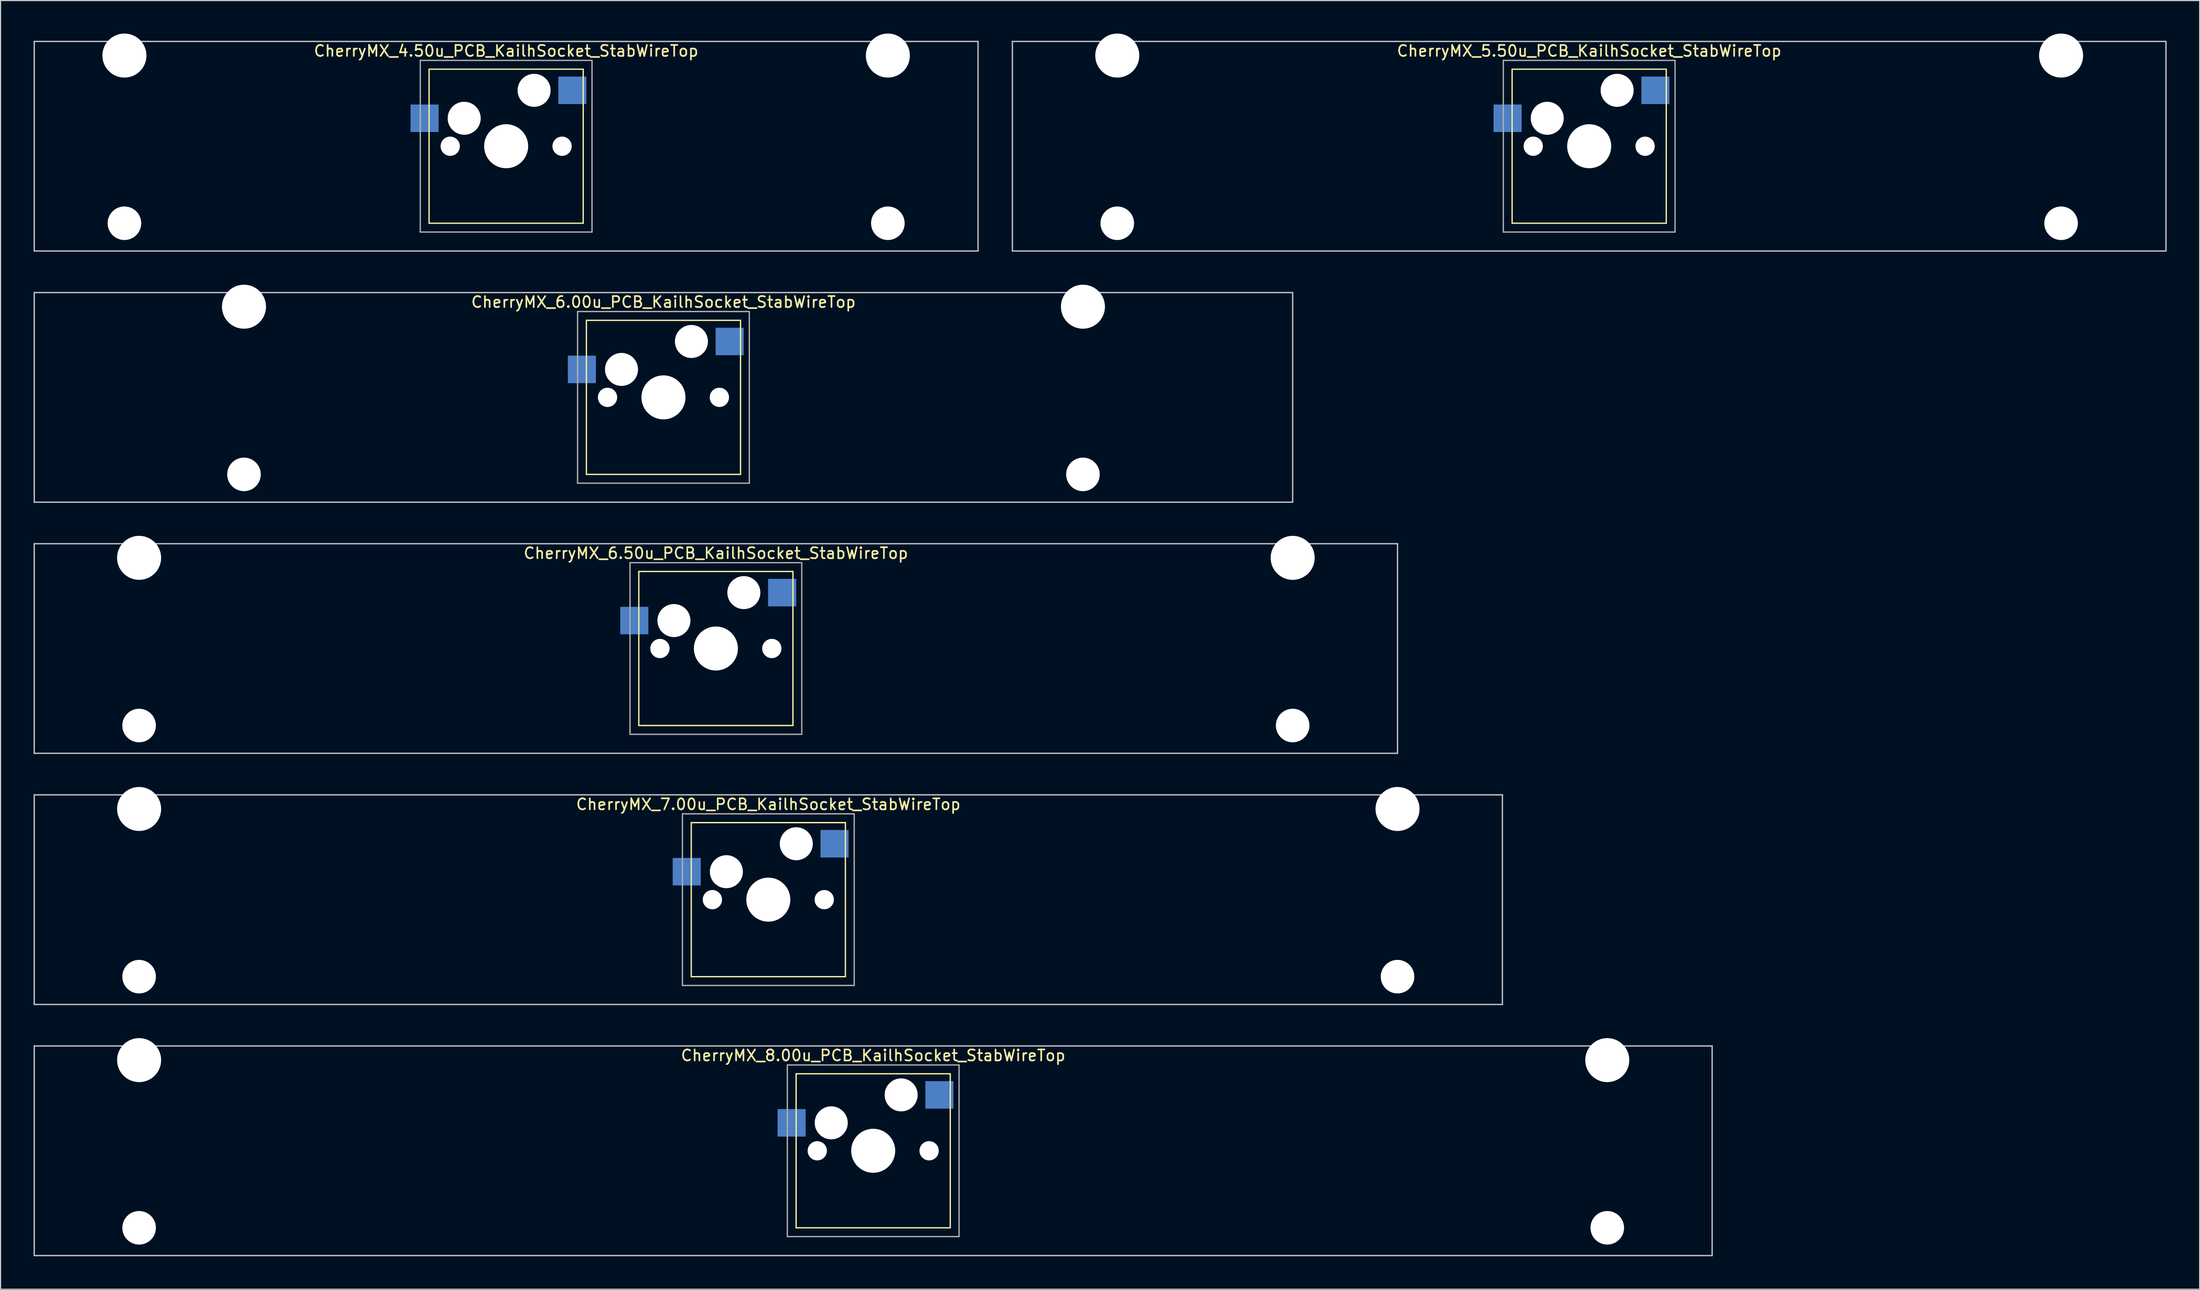
<source format=kicad_pcb>
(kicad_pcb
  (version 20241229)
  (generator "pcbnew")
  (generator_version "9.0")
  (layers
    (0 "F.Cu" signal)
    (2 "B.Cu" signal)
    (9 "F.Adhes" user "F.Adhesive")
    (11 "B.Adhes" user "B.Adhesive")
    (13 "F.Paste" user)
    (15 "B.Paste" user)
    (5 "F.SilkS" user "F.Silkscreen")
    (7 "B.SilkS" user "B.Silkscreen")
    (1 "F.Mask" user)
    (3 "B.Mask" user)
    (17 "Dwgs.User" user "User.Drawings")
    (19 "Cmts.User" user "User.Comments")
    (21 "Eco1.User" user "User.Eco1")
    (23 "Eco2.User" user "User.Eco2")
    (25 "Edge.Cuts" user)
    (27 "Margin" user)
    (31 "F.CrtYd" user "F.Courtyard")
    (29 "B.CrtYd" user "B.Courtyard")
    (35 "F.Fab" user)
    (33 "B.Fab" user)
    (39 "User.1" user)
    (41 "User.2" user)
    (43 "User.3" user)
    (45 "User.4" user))
  (footprint "CherryMX_6.50u_PCB_KailhSocket_StabWireTop"
    (layer "F.Cu")
    (at 61.972 55.89)
    (property "Reference" "CherryMX_6.50u_PCB_KailhSocket_StabWireTop" (at 0 -8.662 0) (layer "F.SilkS") (effects (font (size 1 1) (thickness 0.15))))
    (attr through_hole)
    (fp_line (start -7 -7) (end -7 7) (stroke (width 0.12) (type solid)) (layer "F.SilkS"))
    (fp_line (start -7 -7) (end 7 -7) (stroke (width 0.12) (type solid)) (layer "F.SilkS"))
    (fp_line (start 7 -7) (end 7 7) (stroke (width 0.12) (type solid)) (layer "F.SilkS"))
    (fp_line (start 7 7) (end -7 7) (stroke (width 0.12) (type solid)) (layer "F.SilkS"))
    (fp_line (start -61.913 -9.525) (end 61.913 -9.525) (stroke (width 0.12) (type solid)) (layer "Dwgs.User"))
    (fp_line (start -61.913 9.525) (end -61.913 -9.525) (stroke (width 0.12) (type solid)) (layer "Dwgs.User"))
    (fp_line (start 61.913 -9.525) (end 61.913 9.525) (stroke (width 0.12) (type solid)) (layer "Dwgs.User"))
    (fp_line (start 61.913 9.525) (end -61.913 9.525) (stroke (width 0.12) (type solid)) (layer "Dwgs.User"))
    (fp_line (start -7.8 -7.8) (end -7.8 7.8) (stroke (width 0.12) (type solid)) (layer "F.Fab"))
    (fp_line (start -7.8 -7.8) (end 7.8 -7.8) (stroke (width 0.12) (type solid)) (layer "F.Fab"))
    (fp_line (start -7.8 7.8) (end 7.8 7.8) (stroke (width 0.12) (type solid)) (layer "F.Fab"))
    (fp_line (start 7.8 -7.8) (end 7.8 7.8) (stroke (width 0.12) (type solid)) (layer "F.Fab"))
    (pad "" np_thru_hole circle (at -52.388 -8.24) (size 4 4) (drill 4) (layers "*.Cu" "*.Mask"))
    (pad "" np_thru_hole circle (at -52.388 7) (size 3.05 3.05) (drill 3.05) (layers "*.Cu" "*.Mask"))
    (pad "" np_thru_hole circle (at -5.08 0) (size 1.75 1.75) (drill 1.75) (layers "*.Cu" "*.Mask"))
    (pad "" np_thru_hole circle (at -3.81 -2.54) (size 3 3) (drill 3) (layers "*.Cu" "*.Mask"))
    (pad "" np_thru_hole circle (at 0 0) (size 4 4) (drill 4) (layers "*.Cu" "*.Mask"))
    (pad "" np_thru_hole circle (at 2.54 -5.08) (size 3 3) (drill 3) (layers "*.Cu" "*.Mask"))
    (pad "" np_thru_hole circle (at 5.08 0) (size 1.75 1.75) (drill 1.75) (layers "*.Cu" "*.Mask"))
    (pad "" np_thru_hole circle (at 52.388 -8.24) (size 4 4) (drill 4) (layers "*.Cu" "*.Mask"))
    (pad "" np_thru_hole circle (at 52.388 7) (size 3.05 3.05) (drill 3.05) (layers "*.Cu" "*.Mask"))
    (pad "1" smd rect (at -7.41 -2.54) (size 2.55 2.5) (layers "B.Cu" "B.Mask" "B.Paste"))
    (pad "2" smd rect (at 6.015 -5.08) (size 2.55 2.5) (layers "B.Cu" "B.Mask" "B.Paste")))
  (footprint "CherryMX_7.00u_PCB_KailhSocket_StabWireTop"
    (layer "F.Cu")
    (at 66.735 78.715)
    (property "Reference" "CherryMX_7.00u_PCB_KailhSocket_StabWireTop" (at 0 -8.662 0) (layer "F.SilkS") (effects (font (size 1 1) (thickness 0.15))))
    (attr through_hole)
    (fp_line (start -7 -7) (end -7 7) (stroke (width 0.12) (type solid)) (layer "F.SilkS"))
    (fp_line (start -7 -7) (end 7 -7) (stroke (width 0.12) (type solid)) (layer "F.SilkS"))
    (fp_line (start 7 -7) (end 7 7) (stroke (width 0.12) (type solid)) (layer "F.SilkS"))
    (fp_line (start 7 7) (end -7 7) (stroke (width 0.12) (type solid)) (layer "F.SilkS"))
    (fp_line (start -66.675 -9.525) (end 66.675 -9.525) (stroke (width 0.12) (type solid)) (layer "Dwgs.User"))
    (fp_line (start -66.675 9.525) (end -66.675 -9.525) (stroke (width 0.12) (type solid)) (layer "Dwgs.User"))
    (fp_line (start 66.675 -9.525) (end 66.675 9.525) (stroke (width 0.12) (type solid)) (layer "Dwgs.User"))
    (fp_line (start 66.675 9.525) (end -66.675 9.525) (stroke (width 0.12) (type solid)) (layer "Dwgs.User"))
    (fp_line (start -7.8 -7.8) (end -7.8 7.8) (stroke (width 0.12) (type solid)) (layer "F.Fab"))
    (fp_line (start -7.8 -7.8) (end 7.8 -7.8) (stroke (width 0.12) (type solid)) (layer "F.Fab"))
    (fp_line (start -7.8 7.8) (end 7.8 7.8) (stroke (width 0.12) (type solid)) (layer "F.Fab"))
    (fp_line (start 7.8 -7.8) (end 7.8 7.8) (stroke (width 0.12) (type solid)) (layer "F.Fab"))
    (pad "" np_thru_hole circle (at -57.15 -8.24) (size 4 4) (drill 4) (layers "*.Cu" "*.Mask"))
    (pad "" np_thru_hole circle (at -57.15 7) (size 3.05 3.05) (drill 3.05) (layers "*.Cu" "*.Mask"))
    (pad "" np_thru_hole circle (at -5.08 0) (size 1.75 1.75) (drill 1.75) (layers "*.Cu" "*.Mask"))
    (pad "" np_thru_hole circle (at -3.81 -2.54) (size 3 3) (drill 3) (layers "*.Cu" "*.Mask"))
    (pad "" np_thru_hole circle (at 0 0) (size 4 4) (drill 4) (layers "*.Cu" "*.Mask"))
    (pad "" np_thru_hole circle (at 2.54 -5.08) (size 3 3) (drill 3) (layers "*.Cu" "*.Mask"))
    (pad "" np_thru_hole circle (at 5.08 0) (size 1.75 1.75) (drill 1.75) (layers "*.Cu" "*.Mask"))
    (pad "" np_thru_hole circle (at 57.15 -8.24) (size 4 4) (drill 4) (layers "*.Cu" "*.Mask"))
    (pad "" np_thru_hole circle (at 57.15 7) (size 3.05 3.05) (drill 3.05) (layers "*.Cu" "*.Mask"))
    (pad "1" smd rect (at -7.41 -2.54) (size 2.55 2.5) (layers "B.Cu" "B.Mask" "B.Paste"))
    (pad "2" smd rect (at 6.015 -5.08) (size 2.55 2.5) (layers "B.Cu" "B.Mask" "B.Paste")))
  (footprint "CherryMX_4.50u_PCB_KailhSocket_StabWireTop"
    (layer "F.Cu")
    (at 42.922 10.24)
    (property "Reference" "CherryMX_4.50u_PCB_KailhSocket_StabWireTop" (at 0 -8.662 0) (layer "F.SilkS") (effects (font (size 1 1) (thickness 0.15))))
    (attr through_hole)
    (fp_line (start -7 -7) (end -7 7) (stroke (width 0.12) (type solid)) (layer "F.SilkS"))
    (fp_line (start -7 -7) (end 7 -7) (stroke (width 0.12) (type solid)) (layer "F.SilkS"))
    (fp_line (start 7 -7) (end 7 7) (stroke (width 0.12) (type solid)) (layer "F.SilkS"))
    (fp_line (start 7 7) (end -7 7) (stroke (width 0.12) (type solid)) (layer "F.SilkS"))
    (fp_line (start -42.862 -9.525) (end 42.862 -9.525) (stroke (width 0.12) (type solid)) (layer "Dwgs.User"))
    (fp_line (start -42.862 9.525) (end -42.862 -9.525) (stroke (width 0.12) (type solid)) (layer "Dwgs.User"))
    (fp_line (start 42.862 -9.525) (end 42.862 9.525) (stroke (width 0.12) (type solid)) (layer "Dwgs.User"))
    (fp_line (start 42.862 9.525) (end -42.862 9.525) (stroke (width 0.12) (type solid)) (layer "Dwgs.User"))
    (fp_line (start -7.8 -7.8) (end -7.8 7.8) (stroke (width 0.12) (type solid)) (layer "F.Fab"))
    (fp_line (start -7.8 -7.8) (end 7.8 -7.8) (stroke (width 0.12) (type solid)) (layer "F.Fab"))
    (fp_line (start -7.8 7.8) (end 7.8 7.8) (stroke (width 0.12) (type solid)) (layer "F.Fab"))
    (fp_line (start 7.8 -7.8) (end 7.8 7.8) (stroke (width 0.12) (type solid)) (layer "F.Fab"))
    (pad "" np_thru_hole circle (at -34.671 -8.24) (size 4 4) (drill 4) (layers "*.Cu" "*.Mask"))
    (pad "" np_thru_hole circle (at -34.671 7) (size 3.05 3.05) (drill 3.05) (layers "*.Cu" "*.Mask"))
    (pad "" np_thru_hole circle (at -5.08 0) (size 1.75 1.75) (drill 1.75) (layers "*.Cu" "*.Mask"))
    (pad "" np_thru_hole circle (at -3.81 -2.54) (size 3 3) (drill 3) (layers "*.Cu" "*.Mask"))
    (pad "" np_thru_hole circle (at 0 0) (size 4 4) (drill 4) (layers "*.Cu" "*.Mask"))
    (pad "" np_thru_hole circle (at 2.54 -5.08) (size 3 3) (drill 3) (layers "*.Cu" "*.Mask"))
    (pad "" np_thru_hole circle (at 5.08 0) (size 1.75 1.75) (drill 1.75) (layers "*.Cu" "*.Mask"))
    (pad "" np_thru_hole circle (at 34.671 -8.24) (size 4 4) (drill 4) (layers "*.Cu" "*.Mask"))
    (pad "" np_thru_hole circle (at 34.671 7) (size 3.05 3.05) (drill 3.05) (layers "*.Cu" "*.Mask"))
    (pad "1" smd rect (at -7.41 -2.54) (size 2.55 2.5) (layers "B.Cu" "B.Mask" "B.Paste"))
    (pad "2" smd rect (at 6.015 -5.08) (size 2.55 2.5) (layers "B.Cu" "B.Mask" "B.Paste")))
  (footprint "CherryMX_5.50u_PCB_KailhSocket_StabWireTop"
    (layer "F.Cu")
    (at 141.292 10.24)
    (property "Reference" "CherryMX_5.50u_PCB_KailhSocket_StabWireTop" (at 0 -8.662 0) (layer "F.SilkS") (effects (font (size 1 1) (thickness 0.15))))
    (attr through_hole)
    (fp_line (start -7 -7) (end -7 7) (stroke (width 0.12) (type solid)) (layer "F.SilkS"))
    (fp_line (start -7 -7) (end 7 -7) (stroke (width 0.12) (type solid)) (layer "F.SilkS"))
    (fp_line (start 7 -7) (end 7 7) (stroke (width 0.12) (type solid)) (layer "F.SilkS"))
    (fp_line (start 7 7) (end -7 7) (stroke (width 0.12) (type solid)) (layer "F.SilkS"))
    (fp_line (start -52.388 -9.525) (end 52.388 -9.525) (stroke (width 0.12) (type solid)) (layer "Dwgs.User"))
    (fp_line (start -52.388 9.525) (end -52.388 -9.525) (stroke (width 0.12) (type solid)) (layer "Dwgs.User"))
    (fp_line (start 52.388 -9.525) (end 52.388 9.525) (stroke (width 0.12) (type solid)) (layer "Dwgs.User"))
    (fp_line (start 52.388 9.525) (end -52.388 9.525) (stroke (width 0.12) (type solid)) (layer "Dwgs.User"))
    (fp_line (start -7.8 -7.8) (end -7.8 7.8) (stroke (width 0.12) (type solid)) (layer "F.Fab"))
    (fp_line (start -7.8 -7.8) (end 7.8 -7.8) (stroke (width 0.12) (type solid)) (layer "F.Fab"))
    (fp_line (start -7.8 7.8) (end 7.8 7.8) (stroke (width 0.12) (type solid)) (layer "F.Fab"))
    (fp_line (start 7.8 -7.8) (end 7.8 7.8) (stroke (width 0.12) (type solid)) (layer "F.Fab"))
    (pad "" np_thru_hole circle (at -42.862 -8.24) (size 4 4) (drill 4) (layers "*.Cu" "*.Mask"))
    (pad "" np_thru_hole circle (at -42.862 7) (size 3.05 3.05) (drill 3.05) (layers "*.Cu" "*.Mask"))
    (pad "" np_thru_hole circle (at -5.08 0) (size 1.75 1.75) (drill 1.75) (layers "*.Cu" "*.Mask"))
    (pad "" np_thru_hole circle (at -3.81 -2.54) (size 3 3) (drill 3) (layers "*.Cu" "*.Mask"))
    (pad "" np_thru_hole circle (at 0 0) (size 4 4) (drill 4) (layers "*.Cu" "*.Mask"))
    (pad "" np_thru_hole circle (at 2.54 -5.08) (size 3 3) (drill 3) (layers "*.Cu" "*.Mask"))
    (pad "" np_thru_hole circle (at 5.08 0) (size 1.75 1.75) (drill 1.75) (layers "*.Cu" "*.Mask"))
    (pad "" np_thru_hole circle (at 42.862 -8.24) (size 4 4) (drill 4) (layers "*.Cu" "*.Mask"))
    (pad "" np_thru_hole circle (at 42.862 7) (size 3.05 3.05) (drill 3.05) (layers "*.Cu" "*.Mask"))
    (pad "1" smd rect (at -7.41 -2.54) (size 2.55 2.5) (layers "B.Cu" "B.Mask" "B.Paste"))
    (pad "2" smd rect (at 6.015 -5.08) (size 2.55 2.5) (layers "B.Cu" "B.Mask" "B.Paste")))
  (footprint "CherryMX_6.00u_PCB_KailhSocket_StabWireTop"
    (layer "F.Cu")
    (at 57.21 33.065)
    (property "Reference" "CherryMX_6.00u_PCB_KailhSocket_StabWireTop" (at 0 -8.662 0) (layer "F.SilkS") (effects (font (size 1 1) (thickness 0.15))))
    (attr through_hole)
    (fp_line (start -7 -7) (end -7 7) (stroke (width 0.12) (type solid)) (layer "F.SilkS"))
    (fp_line (start -7 -7) (end 7 -7) (stroke (width 0.12) (type solid)) (layer "F.SilkS"))
    (fp_line (start 7 -7) (end 7 7) (stroke (width 0.12) (type solid)) (layer "F.SilkS"))
    (fp_line (start 7 7) (end -7 7) (stroke (width 0.12) (type solid)) (layer "F.SilkS"))
    (fp_line (start -57.15 -9.525) (end 57.15 -9.525) (stroke (width 0.12) (type solid)) (layer "Dwgs.User"))
    (fp_line (start -57.15 9.525) (end -57.15 -9.525) (stroke (width 0.12) (type solid)) (layer "Dwgs.User"))
    (fp_line (start 57.15 -9.525) (end 57.15 9.525) (stroke (width 0.12) (type solid)) (layer "Dwgs.User"))
    (fp_line (start 57.15 9.525) (end -57.15 9.525) (stroke (width 0.12) (type solid)) (layer "Dwgs.User"))
    (fp_line (start -7.8 -7.8) (end -7.8 7.8) (stroke (width 0.12) (type solid)) (layer "F.Fab"))
    (fp_line (start -7.8 -7.8) (end 7.8 -7.8) (stroke (width 0.12) (type solid)) (layer "F.Fab"))
    (fp_line (start -7.8 7.8) (end 7.8 7.8) (stroke (width 0.12) (type solid)) (layer "F.Fab"))
    (fp_line (start 7.8 -7.8) (end 7.8 7.8) (stroke (width 0.12) (type solid)) (layer "F.Fab"))
    (pad "" np_thru_hole circle (at -38.1 -8.24) (size 4 4) (drill 4) (layers "*.Cu" "*.Mask"))
    (pad "" np_thru_hole circle (at -38.1 7) (size 3.05 3.05) (drill 3.05) (layers "*.Cu" "*.Mask"))
    (pad "" np_thru_hole circle (at -5.08 0) (size 1.75 1.75) (drill 1.75) (layers "*.Cu" "*.Mask"))
    (pad "" np_thru_hole circle (at -3.81 -2.54) (size 3 3) (drill 3) (layers "*.Cu" "*.Mask"))
    (pad "" np_thru_hole circle (at 0 0) (size 4 4) (drill 4) (layers "*.Cu" "*.Mask"))
    (pad "" np_thru_hole circle (at 2.54 -5.08) (size 3 3) (drill 3) (layers "*.Cu" "*.Mask"))
    (pad "" np_thru_hole circle (at 5.08 0) (size 1.75 1.75) (drill 1.75) (layers "*.Cu" "*.Mask"))
    (pad "" np_thru_hole circle (at 38.1 -8.24) (size 4 4) (drill 4) (layers "*.Cu" "*.Mask"))
    (pad "" np_thru_hole circle (at 38.1 7) (size 3.05 3.05) (drill 3.05) (layers "*.Cu" "*.Mask"))
    (pad "1" smd rect (at -7.41 -2.54) (size 2.55 2.5) (layers "B.Cu" "B.Mask" "B.Paste"))
    (pad "2" smd rect (at 6.015 -5.08) (size 2.55 2.5) (layers "B.Cu" "B.Mask" "B.Paste")))
  (footprint "CherryMX_8.00u_PCB_KailhSocket_StabWireTop"
    (layer "F.Cu")
    (at 76.26 101.54)
    (property "Reference" "CherryMX_8.00u_PCB_KailhSocket_StabWireTop" (at 0 -8.662 0) (layer "F.SilkS") (effects (font (size 1 1) (thickness 0.15))))
    (attr through_hole)
    (fp_line (start -7 -7) (end -7 7) (stroke (width 0.12) (type solid)) (layer "F.SilkS"))
    (fp_line (start -7 -7) (end 7 -7) (stroke (width 0.12) (type solid)) (layer "F.SilkS"))
    (fp_line (start 7 -7) (end 7 7) (stroke (width 0.12) (type solid)) (layer "F.SilkS"))
    (fp_line (start 7 7) (end -7 7) (stroke (width 0.12) (type solid)) (layer "F.SilkS"))
    (fp_line (start -76.2 -9.525) (end 76.2 -9.525) (stroke (width 0.12) (type solid)) (layer "Dwgs.User"))
    (fp_line (start -76.2 9.525) (end -76.2 -9.525) (stroke (width 0.12) (type solid)) (layer "Dwgs.User"))
    (fp_line (start 76.2 -9.525) (end 76.2 9.525) (stroke (width 0.12) (type solid)) (layer "Dwgs.User"))
    (fp_line (start 76.2 9.525) (end -76.2 9.525) (stroke (width 0.12) (type solid)) (layer "Dwgs.User"))
    (fp_line (start -7.8 -7.8) (end -7.8 7.8) (stroke (width 0.12) (type solid)) (layer "F.Fab"))
    (fp_line (start -7.8 -7.8) (end 7.8 -7.8) (stroke (width 0.12) (type solid)) (layer "F.Fab"))
    (fp_line (start -7.8 7.8) (end 7.8 7.8) (stroke (width 0.12) (type solid)) (layer "F.Fab"))
    (fp_line (start 7.8 -7.8) (end 7.8 7.8) (stroke (width 0.12) (type solid)) (layer "F.Fab"))
    (pad "" np_thru_hole circle (at -66.675 -8.24) (size 4 4) (drill 4) (layers "*.Cu" "*.Mask"))
    (pad "" np_thru_hole circle (at -66.675 7) (size 3.05 3.05) (drill 3.05) (layers "*.Cu" "*.Mask"))
    (pad "" np_thru_hole circle (at -5.08 0) (size 1.75 1.75) (drill 1.75) (layers "*.Cu" "*.Mask"))
    (pad "" np_thru_hole circle (at -3.81 -2.54) (size 3 3) (drill 3) (layers "*.Cu" "*.Mask"))
    (pad "" np_thru_hole circle (at 0 0) (size 4 4) (drill 4) (layers "*.Cu" "*.Mask"))
    (pad "" np_thru_hole circle (at 2.54 -5.08) (size 3 3) (drill 3) (layers "*.Cu" "*.Mask"))
    (pad "" np_thru_hole circle (at 5.08 0) (size 1.75 1.75) (drill 1.75) (layers "*.Cu" "*.Mask"))
    (pad "" np_thru_hole circle (at 66.675 -8.24) (size 4 4) (drill 4) (layers "*.Cu" "*.Mask"))
    (pad "" np_thru_hole circle (at 66.675 7) (size 3.05 3.05) (drill 3.05) (layers "*.Cu" "*.Mask"))
    (pad "1" smd rect (at -7.41 -2.54) (size 2.55 2.5) (layers "B.Cu" "B.Mask" "B.Paste"))
    (pad "2" smd rect (at 6.015 -5.08) (size 2.55 2.5) (layers "B.Cu" "B.Mask" "B.Paste")))
  (gr_rect
    (start -3 -3)
    (end 196.74 114.125)
    (stroke (width 0.1) (type default))
    (fill no)
    (layer "Edge.Cuts")))
</source>
